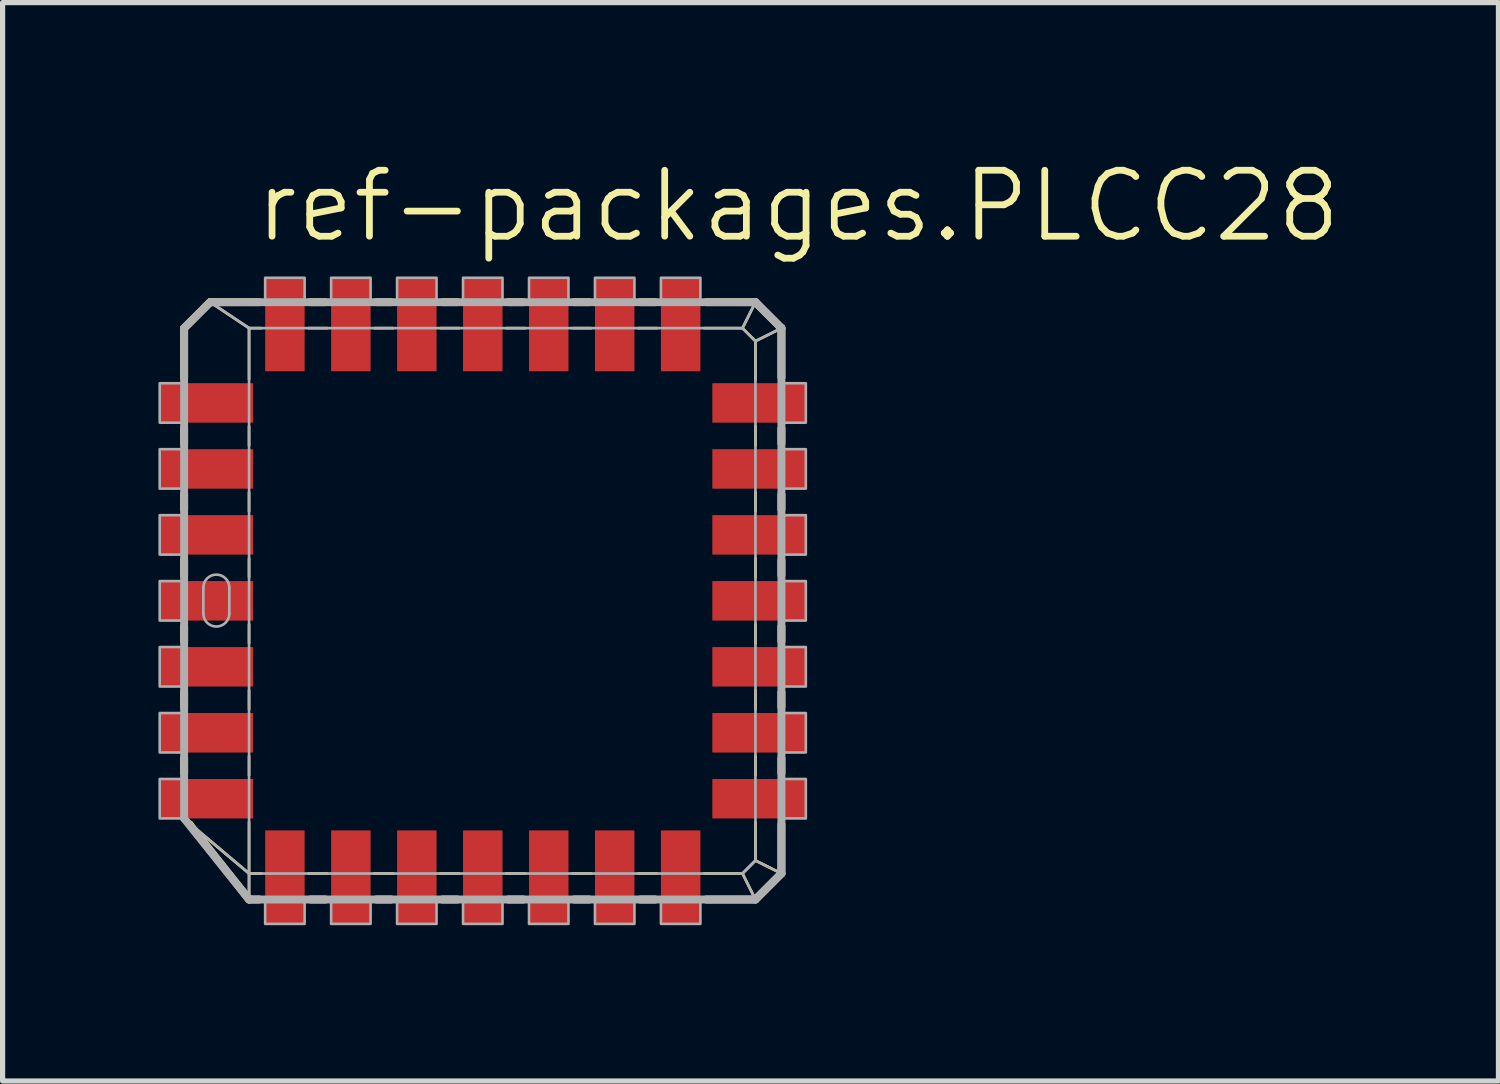
<source format=kicad_pcb>
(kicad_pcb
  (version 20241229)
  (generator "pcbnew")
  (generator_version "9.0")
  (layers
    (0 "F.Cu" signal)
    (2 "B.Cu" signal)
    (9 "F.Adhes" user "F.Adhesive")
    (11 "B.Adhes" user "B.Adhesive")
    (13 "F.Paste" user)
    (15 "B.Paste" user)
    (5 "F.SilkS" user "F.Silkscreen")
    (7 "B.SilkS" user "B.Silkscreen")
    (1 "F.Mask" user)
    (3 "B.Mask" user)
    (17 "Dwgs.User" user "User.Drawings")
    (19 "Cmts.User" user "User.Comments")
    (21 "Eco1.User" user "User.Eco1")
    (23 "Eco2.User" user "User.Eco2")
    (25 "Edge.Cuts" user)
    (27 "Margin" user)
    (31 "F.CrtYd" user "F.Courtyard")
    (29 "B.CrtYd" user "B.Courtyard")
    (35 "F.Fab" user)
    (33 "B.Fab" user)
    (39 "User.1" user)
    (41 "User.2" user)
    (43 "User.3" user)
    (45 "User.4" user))
  (footprint "ref-packages.PLCC28"
    (layer "F.Cu")
    (at 6.245 8.518)
    (property "Reference" "ref-packages.PLCC28" (at -4.445 -6.858 0) (layer "F.SilkS") (effects (font (size 1.27 1.27) (thickness 0.13)) (justify left bottom)))
    (attr smd)
    (fp_line (start -5.75 -5.25) (end -5.25 -5.75) (stroke (width 0.152) (type default)) (layer "F.SilkS"))
    (fp_line (start -5.75 -4.301) (end -5.75 -5.25) (stroke (width 0.152) (type default)) (layer "F.SilkS"))
    (fp_line (start -5.75 -3.031) (end -5.75 -3.319) (stroke (width 0.152) (type default)) (layer "F.SilkS"))
    (fp_line (start -5.75 -1.761) (end -5.75 -2.049) (stroke (width 0.152) (type default)) (layer "F.SilkS"))
    (fp_line (start -5.75 -0.491) (end -5.75 -0.779) (stroke (width 0.152) (type default)) (layer "F.SilkS"))
    (fp_line (start -5.75 0.779) (end -5.75 0.491) (stroke (width 0.152) (type default)) (layer "F.SilkS"))
    (fp_line (start -5.75 2.049) (end -5.75 1.761) (stroke (width 0.152) (type default)) (layer "F.SilkS"))
    (fp_line (start -5.75 3.319) (end -5.75 3.031) (stroke (width 0.152) (type default)) (layer "F.SilkS"))
    (fp_line (start -5.25 -5.75) (end -4.5 -5.25) (stroke (width 0.051) (type default)) (layer "F.SilkS"))
    (fp_line (start -5.25 -5.75) (end -4.301 -5.75) (stroke (width 0.152) (type default)) (layer "F.SilkS"))
    (fp_line (start -4.5 -5.25) (end -4.261 -5.25) (stroke (width 0.051) (type default)) (layer "F.SilkS"))
    (fp_line (start -4.5 -4.261) (end -4.5 -5.25) (stroke (width 0.051) (type default)) (layer "F.SilkS"))
    (fp_line (start -4.5 -2.991) (end -4.5 -3.359) (stroke (width 0.051) (type default)) (layer "F.SilkS"))
    (fp_line (start -4.5 -1.721) (end -4.5 -2.089) (stroke (width 0.051) (type default)) (layer "F.SilkS"))
    (fp_line (start -4.5 -0.451) (end -4.5 -0.819) (stroke (width 0.051) (type default)) (layer "F.SilkS"))
    (fp_line (start -4.5 0.819) (end -4.5 0.451) (stroke (width 0.051) (type default)) (layer "F.SilkS"))
    (fp_line (start -4.5 2.089) (end -4.5 1.721) (stroke (width 0.051) (type default)) (layer "F.SilkS"))
    (fp_line (start -4.5 3.359) (end -4.5 2.991) (stroke (width 0.051) (type default)) (layer "F.SilkS"))
    (fp_line (start -4.5 5.25) (end -5.679 4.261) (stroke (width 0.051) (type default)) (layer "F.SilkS"))
    (fp_line (start -4.5 5.25) (end -4.5 4.261) (stroke (width 0.051) (type default)) (layer "F.SilkS"))
    (fp_line (start -4.5 5.75) (end -5.649 4.301) (stroke (width 0.152) (type default)) (layer "F.SilkS"))
    (fp_line (start -4.5 5.75) (end -4.5 5.25) (stroke (width 0.051) (type default)) (layer "F.SilkS"))
    (fp_line (start -4.301 5.75) (end -4.5 5.75) (stroke (width 0.152) (type default)) (layer "F.SilkS"))
    (fp_line (start -4.261 5.25) (end -4.5 5.25) (stroke (width 0.051) (type default)) (layer "F.SilkS"))
    (fp_line (start -3.359 -5.25) (end -2.991 -5.25) (stroke (width 0.051) (type default)) (layer "F.SilkS"))
    (fp_line (start -3.319 -5.75) (end -3.031 -5.75) (stroke (width 0.152) (type default)) (layer "F.SilkS"))
    (fp_line (start -3.031 5.75) (end -3.319 5.75) (stroke (width 0.152) (type default)) (layer "F.SilkS"))
    (fp_line (start -2.991 5.25) (end -3.359 5.25) (stroke (width 0.051) (type default)) (layer "F.SilkS"))
    (fp_line (start -2.089 -5.25) (end -1.721 -5.25) (stroke (width 0.051) (type default)) (layer "F.SilkS"))
    (fp_line (start -2.049 -5.75) (end -1.761 -5.75) (stroke (width 0.152) (type default)) (layer "F.SilkS"))
    (fp_line (start -1.761 5.75) (end -2.049 5.75) (stroke (width 0.152) (type default)) (layer "F.SilkS"))
    (fp_line (start -1.721 5.25) (end -2.089 5.25) (stroke (width 0.051) (type default)) (layer "F.SilkS"))
    (fp_line (start -0.819 -5.25) (end -0.451 -5.25) (stroke (width 0.051) (type default)) (layer "F.SilkS"))
    (fp_line (start -0.779 -5.75) (end -0.491 -5.75) (stroke (width 0.152) (type default)) (layer "F.SilkS"))
    (fp_line (start -0.491 5.75) (end -0.779 5.75) (stroke (width 0.152) (type default)) (layer "F.SilkS"))
    (fp_line (start -0.451 5.25) (end -0.819 5.25) (stroke (width 0.051) (type default)) (layer "F.SilkS"))
    (fp_line (start 0.451 -5.25) (end 0.819 -5.25) (stroke (width 0.051) (type default)) (layer "F.SilkS"))
    (fp_line (start 0.491 -5.75) (end 0.779 -5.75) (stroke (width 0.152) (type default)) (layer "F.SilkS"))
    (fp_line (start 0.779 5.75) (end 0.491 5.75) (stroke (width 0.152) (type default)) (layer "F.SilkS"))
    (fp_line (start 0.819 5.25) (end 0.451 5.25) (stroke (width 0.051) (type default)) (layer "F.SilkS"))
    (fp_line (start 1.721 -5.25) (end 2.089 -5.25) (stroke (width 0.051) (type default)) (layer "F.SilkS"))
    (fp_line (start 1.761 -5.75) (end 2.049 -5.75) (stroke (width 0.152) (type default)) (layer "F.SilkS"))
    (fp_line (start 2.049 5.75) (end 1.761 5.75) (stroke (width 0.152) (type default)) (layer "F.SilkS"))
    (fp_line (start 2.089 5.25) (end 1.721 5.25) (stroke (width 0.051) (type default)) (layer "F.SilkS"))
    (fp_line (start 2.991 -5.25) (end 3.359 -5.25) (stroke (width 0.051) (type default)) (layer "F.SilkS"))
    (fp_line (start 3.031 -5.75) (end 3.319 -5.75) (stroke (width 0.152) (type default)) (layer "F.SilkS"))
    (fp_line (start 3.319 5.75) (end 3.031 5.75) (stroke (width 0.152) (type default)) (layer "F.SilkS"))
    (fp_line (start 3.359 5.25) (end 2.991 5.25) (stroke (width 0.051) (type default)) (layer "F.SilkS"))
    (fp_line (start 4.261 -5.25) (end 5 -5.25) (stroke (width 0.051) (type default)) (layer "F.SilkS"))
    (fp_line (start 4.301 -5.75) (end 5.25 -5.75) (stroke (width 0.152) (type default)) (layer "F.SilkS"))
    (fp_line (start 5 -5.25) (end 5.25 -5.75) (stroke (width 0.051) (type default)) (layer "F.SilkS"))
    (fp_line (start 5 -5.25) (end 5.25 -5) (stroke (width 0.051) (type default)) (layer "F.SilkS"))
    (fp_line (start 5 5.25) (end 4.261 5.25) (stroke (width 0.051) (type default)) (layer "F.SilkS"))
    (fp_line (start 5.25 -5.75) (end 5.75 -5.25) (stroke (width 0.152) (type default)) (layer "F.SilkS"))
    (fp_line (start 5.25 -5) (end 5.25 -4.261) (stroke (width 0.051) (type default)) (layer "F.SilkS"))
    (fp_line (start 5.25 -5) (end 5.75 -5.25) (stroke (width 0.051) (type default)) (layer "F.SilkS"))
    (fp_line (start 5.25 -3.359) (end 5.25 -2.991) (stroke (width 0.051) (type default)) (layer "F.SilkS"))
    (fp_line (start 5.25 -2.089) (end 5.25 -1.721) (stroke (width 0.051) (type default)) (layer "F.SilkS"))
    (fp_line (start 5.25 -0.819) (end 5.25 -0.451) (stroke (width 0.051) (type default)) (layer "F.SilkS"))
    (fp_line (start 5.25 0.451) (end 5.25 0.819) (stroke (width 0.051) (type default)) (layer "F.SilkS"))
    (fp_line (start 5.25 1.721) (end 5.25 2.089) (stroke (width 0.051) (type default)) (layer "F.SilkS"))
    (fp_line (start 5.25 2.991) (end 5.25 3.359) (stroke (width 0.051) (type default)) (layer "F.SilkS"))
    (fp_line (start 5.25 4.261) (end 5.25 5) (stroke (width 0.051) (type default)) (layer "F.SilkS"))
    (fp_line (start 5.25 5) (end 5 5.25) (stroke (width 0.051) (type default)) (layer "F.SilkS"))
    (fp_line (start 5.25 5.75) (end 4.301 5.75) (stroke (width 0.152) (type default)) (layer "F.SilkS"))
    (fp_line (start 5.25 5.75) (end 5 5.25) (stroke (width 0.051) (type default)) (layer "F.SilkS"))
    (fp_line (start 5.75 -5.25) (end 5.75 -4.301) (stroke (width 0.152) (type default)) (layer "F.SilkS"))
    (fp_line (start 5.75 -3.319) (end 5.75 -3.031) (stroke (width 0.152) (type default)) (layer "F.SilkS"))
    (fp_line (start 5.75 -2.049) (end 5.75 -1.761) (stroke (width 0.152) (type default)) (layer "F.SilkS"))
    (fp_line (start 5.75 -0.779) (end 5.75 -0.491) (stroke (width 0.152) (type default)) (layer "F.SilkS"))
    (fp_line (start 5.75 0.491) (end 5.75 0.779) (stroke (width 0.152) (type default)) (layer "F.SilkS"))
    (fp_line (start 5.75 1.761) (end 5.75 2.049) (stroke (width 0.152) (type default)) (layer "F.SilkS"))
    (fp_line (start 5.75 3.031) (end 5.75 3.319) (stroke (width 0.152) (type default)) (layer "F.SilkS"))
    (fp_line (start 5.75 4.301) (end 5.75 5.25) (stroke (width 0.152) (type default)) (layer "F.SilkS"))
    (fp_line (start 5.75 5.25) (end 5.25 5) (stroke (width 0.051) (type default)) (layer "F.SilkS"))
    (fp_line (start 5.75 5.25) (end 5.25 5.75) (stroke (width 0.152) (type default)) (layer "F.SilkS"))
    (fp_line (start -5.75 -5.25) (end -5.25 -5.75) (stroke (width 0.152) (type default)) (layer "F.Fab"))
    (fp_line (start -5.75 4.19) (end -5.75 -5.25) (stroke (width 0.152) (type default)) (layer "F.Fab"))
    (fp_line (start -5.38 -0.255) (end -5.38 0.245) (stroke (width 0.051) (type default)) (layer "F.Fab"))
    (fp_line (start -5.25 -5.75) (end -4.5 -5.25) (stroke (width 0.051) (type default)) (layer "F.Fab"))
    (fp_line (start -5.25 -5.75) (end 5.25 -5.75) (stroke (width 0.152) (type default)) (layer "F.Fab"))
    (fp_line (start -4.88 -0.255) (end -4.88 0.245) (stroke (width 0.051) (type default)) (layer "F.Fab"))
    (fp_line (start -4.5 -5.25) (end 5 -5.25) (stroke (width 0.051) (type default)) (layer "F.Fab"))
    (fp_line (start -4.5 5.25) (end -5.75 4.19) (stroke (width 0.051) (type default)) (layer "F.Fab"))
    (fp_line (start -4.5 5.25) (end -4.5 -5.25) (stroke (width 0.051) (type default)) (layer "F.Fab"))
    (fp_line (start -4.5 5.75) (end -5.75 4.19) (stroke (width 0.152) (type default)) (layer "F.Fab"))
    (fp_line (start -4.5 5.75) (end -4.5 5.25) (stroke (width 0.051) (type default)) (layer "F.Fab"))
    (fp_line (start 5 -5.25) (end 5.25 -5.75) (stroke (width 0.051) (type default)) (layer "F.Fab"))
    (fp_line (start 5 -5.25) (end 5.25 -5) (stroke (width 0.051) (type default)) (layer "F.Fab"))
    (fp_line (start 5 5.25) (end -4.5 5.25) (stroke (width 0.051) (type default)) (layer "F.Fab"))
    (fp_line (start 5.25 -5.75) (end 5.75 -5.25) (stroke (width 0.152) (type default)) (layer "F.Fab"))
    (fp_line (start 5.25 -5) (end 5.25 5) (stroke (width 0.051) (type default)) (layer "F.Fab"))
    (fp_line (start 5.25 -5) (end 5.75 -5.25) (stroke (width 0.051) (type default)) (layer "F.Fab"))
    (fp_line (start 5.25 5) (end 5 5.25) (stroke (width 0.051) (type default)) (layer "F.Fab"))
    (fp_line (start 5.25 5.75) (end -4.5 5.75) (stroke (width 0.152) (type default)) (layer "F.Fab"))
    (fp_line (start 5.25 5.75) (end 5 5.25) (stroke (width 0.051) (type default)) (layer "F.Fab"))
    (fp_line (start 5.75 -5.25) (end 5.75 5.25) (stroke (width 0.152) (type default)) (layer "F.Fab"))
    (fp_line (start 5.75 5.25) (end 5.25 5) (stroke (width 0.051) (type default)) (layer "F.Fab"))
    (fp_line (start 5.75 5.25) (end 5.25 5.75) (stroke (width 0.152) (type default)) (layer "F.Fab"))
    (fp_rect (start -6.22 -3.43) (end -5.75 -4.19) (stroke (width 0.05) (type default)) (fill no) (layer "F.Fab"))
    (fp_rect (start -6.22 -2.16) (end -5.75 -2.92) (stroke (width 0.05) (type default)) (fill no) (layer "F.Fab"))
    (fp_rect (start -6.22 -0.89) (end -5.75 -1.65) (stroke (width 0.05) (type default)) (fill no) (layer "F.Fab"))
    (fp_rect (start -6.22 0.38) (end -5.75 -0.38) (stroke (width 0.05) (type default)) (fill no) (layer "F.Fab"))
    (fp_rect (start -6.22 1.65) (end -5.75 0.89) (stroke (width 0.05) (type default)) (fill no) (layer "F.Fab"))
    (fp_rect (start -6.22 2.92) (end -5.75 2.16) (stroke (width 0.05) (type default)) (fill no) (layer "F.Fab"))
    (fp_rect (start -6.22 4.19) (end -5.75 3.43) (stroke (width 0.05) (type default)) (fill no) (layer "F.Fab"))
    (fp_rect (start -4.19 -5.75) (end -3.43 -6.22) (stroke (width 0.05) (type default)) (fill no) (layer "F.Fab"))
    (fp_rect (start -4.19 6.22) (end -3.43 5.75) (stroke (width 0.05) (type default)) (fill no) (layer "F.Fab"))
    (fp_rect (start -2.92 -5.75) (end -2.16 -6.22) (stroke (width 0.05) (type default)) (fill no) (layer "F.Fab"))
    (fp_rect (start -2.92 6.22) (end -2.16 5.75) (stroke (width 0.05) (type default)) (fill no) (layer "F.Fab"))
    (fp_rect (start -1.65 -5.75) (end -0.89 -6.22) (stroke (width 0.05) (type default)) (fill no) (layer "F.Fab"))
    (fp_rect (start -1.65 6.22) (end -0.89 5.75) (stroke (width 0.05) (type default)) (fill no) (layer "F.Fab"))
    (fp_rect (start -0.38 -5.75) (end 0.38 -6.22) (stroke (width 0.05) (type default)) (fill no) (layer "F.Fab"))
    (fp_rect (start -0.38 6.22) (end 0.38 5.75) (stroke (width 0.05) (type default)) (fill no) (layer "F.Fab"))
    (fp_rect (start 0.89 -5.75) (end 1.65 -6.22) (stroke (width 0.05) (type default)) (fill no) (layer "F.Fab"))
    (fp_rect (start 0.89 6.22) (end 1.65 5.75) (stroke (width 0.05) (type default)) (fill no) (layer "F.Fab"))
    (fp_rect (start 2.16 -5.75) (end 2.92 -6.22) (stroke (width 0.05) (type default)) (fill no) (layer "F.Fab"))
    (fp_rect (start 2.16 6.22) (end 2.92 5.75) (stroke (width 0.05) (type default)) (fill no) (layer "F.Fab"))
    (fp_rect (start 3.43 -5.75) (end 4.19 -6.22) (stroke (width 0.05) (type default)) (fill no) (layer "F.Fab"))
    (fp_rect (start 3.43 6.22) (end 4.19 5.75) (stroke (width 0.05) (type default)) (fill no) (layer "F.Fab"))
    (fp_rect (start 5.75 -3.43) (end 6.22 -4.19) (stroke (width 0.05) (type default)) (fill no) (layer "F.Fab"))
    (fp_rect (start 5.75 -2.16) (end 6.22 -2.92) (stroke (width 0.05) (type default)) (fill no) (layer "F.Fab"))
    (fp_rect (start 5.75 -0.89) (end 6.22 -1.65) (stroke (width 0.05) (type default)) (fill no) (layer "F.Fab"))
    (fp_rect (start 5.75 0.38) (end 6.22 -0.38) (stroke (width 0.05) (type default)) (fill no) (layer "F.Fab"))
    (fp_rect (start 5.75 1.65) (end 6.22 0.89) (stroke (width 0.05) (type default)) (fill no) (layer "F.Fab"))
    (fp_rect (start 5.75 2.92) (end 6.22 2.16) (stroke (width 0.05) (type default)) (fill no) (layer "F.Fab"))
    (fp_rect (start 5.75 4.19) (end 6.22 3.43) (stroke (width 0.05) (type default)) (fill no) (layer "F.Fab"))
    (fp_arc (start -5.38 -0.255) (mid -5.13 -0.505) (end -4.88 -0.255) (stroke (width 0.0508) (type default)) (layer "F.Fab"))
    (fp_arc (start -4.88 0.245) (mid -5.13 0.495) (end -5.38 0.245) (stroke (width 0.0508) (type default)) (layer "F.Fab"))
    (pad "1" smd roundrect (at -5.32 0) (size 1.8 0.76) (layers "F.Cu" "F.Mask" "F.Paste") (roundrect_rratio 0.01))
    (pad "2" smd roundrect (at -5.32 1.27) (size 1.8 0.76) (layers "F.Cu" "F.Mask" "F.Paste") (roundrect_rratio 0.01))
    (pad "3" smd roundrect (at -5.32 2.54) (size 1.8 0.76) (layers "F.Cu" "F.Mask" "F.Paste") (roundrect_rratio 0.01))
    (pad "4" smd roundrect (at -5.32 3.81) (size 1.8 0.76) (layers "F.Cu" "F.Mask" "F.Paste") (roundrect_rratio 0.01))
    (pad "5" smd roundrect (at -3.81 5.32) (size 0.76 1.8) (layers "F.Cu" "F.Mask" "F.Paste") (roundrect_rratio 0.01))
    (pad "6" smd roundrect (at -2.54 5.32) (size 0.76 1.8) (layers "F.Cu" "F.Mask" "F.Paste") (roundrect_rratio 0.01))
    (pad "7" smd roundrect (at -1.27 5.32) (size 0.76 1.8) (layers "F.Cu" "F.Mask" "F.Paste") (roundrect_rratio 0.01))
    (pad "8" smd roundrect (at 0 5.32) (size 0.76 1.8) (layers "F.Cu" "F.Mask" "F.Paste") (roundrect_rratio 0.01))
    (pad "9" smd roundrect (at 1.27 5.32) (size 0.76 1.8) (layers "F.Cu" "F.Mask" "F.Paste") (roundrect_rratio 0.01))
    (pad "10" smd roundrect (at 2.54 5.32) (size 0.76 1.8) (layers "F.Cu" "F.Mask" "F.Paste") (roundrect_rratio 0.01))
    (pad "11" smd roundrect (at 3.81 5.32) (size 0.76 1.8) (layers "F.Cu" "F.Mask" "F.Paste") (roundrect_rratio 0.01))
    (pad "12" smd roundrect (at 5.32 3.81) (size 1.8 0.76) (layers "F.Cu" "F.Mask" "F.Paste") (roundrect_rratio 0.01))
    (pad "13" smd roundrect (at 5.32 2.54) (size 1.8 0.76) (layers "F.Cu" "F.Mask" "F.Paste") (roundrect_rratio 0.01))
    (pad "14" smd roundrect (at 5.32 1.27) (size 1.8 0.76) (layers "F.Cu" "F.Mask" "F.Paste") (roundrect_rratio 0.01))
    (pad "15" smd roundrect (at 5.32 0) (size 1.8 0.76) (layers "F.Cu" "F.Mask" "F.Paste") (roundrect_rratio 0.01))
    (pad "16" smd roundrect (at 5.32 -1.27) (size 1.8 0.76) (layers "F.Cu" "F.Mask" "F.Paste") (roundrect_rratio 0.01))
    (pad "17" smd roundrect (at 5.32 -2.54) (size 1.8 0.76) (layers "F.Cu" "F.Mask" "F.Paste") (roundrect_rratio 0.01))
    (pad "18" smd roundrect (at 5.32 -3.81) (size 1.8 0.76) (layers "F.Cu" "F.Mask" "F.Paste") (roundrect_rratio 0.01))
    (pad "19" smd roundrect (at 3.81 -5.32) (size 0.76 1.8) (layers "F.Cu" "F.Mask" "F.Paste") (roundrect_rratio 0.01))
    (pad "20" smd roundrect (at 2.54 -5.32) (size 0.76 1.8) (layers "F.Cu" "F.Mask" "F.Paste") (roundrect_rratio 0.01))
    (pad "21" smd roundrect (at 1.27 -5.32) (size 0.76 1.8) (layers "F.Cu" "F.Mask" "F.Paste") (roundrect_rratio 0.01))
    (pad "22" smd roundrect (at 0 -5.32) (size 0.76 1.8) (layers "F.Cu" "F.Mask" "F.Paste") (roundrect_rratio 0.01))
    (pad "23" smd roundrect (at -1.27 -5.32) (size 0.76 1.8) (layers "F.Cu" "F.Mask" "F.Paste") (roundrect_rratio 0.01))
    (pad "24" smd roundrect (at -2.54 -5.32) (size 0.76 1.8) (layers "F.Cu" "F.Mask" "F.Paste") (roundrect_rratio 0.01))
    (pad "25" smd roundrect (at -3.81 -5.32) (size 0.76 1.8) (layers "F.Cu" "F.Mask" "F.Paste") (roundrect_rratio 0.01))
    (pad "26" smd roundrect (at -5.32 -3.81) (size 1.8 0.76) (layers "F.Cu" "F.Mask" "F.Paste") (roundrect_rratio 0.01))
    (pad "27" smd roundrect (at -5.32 -2.54) (size 1.8 0.76) (layers "F.Cu" "F.Mask" "F.Paste") (roundrect_rratio 0.01))
    (pad "28" smd roundrect (at -5.32 -1.27) (size 1.8 0.76) (layers "F.Cu" "F.Mask" "F.Paste") (roundrect_rratio 0.01)))
  (gr_rect
    (start -3 -3)
    (end 25.8 17.763)
    (stroke (width 0.1) (type default))
    (fill no)
    (layer "Edge.Cuts")))
</source>
